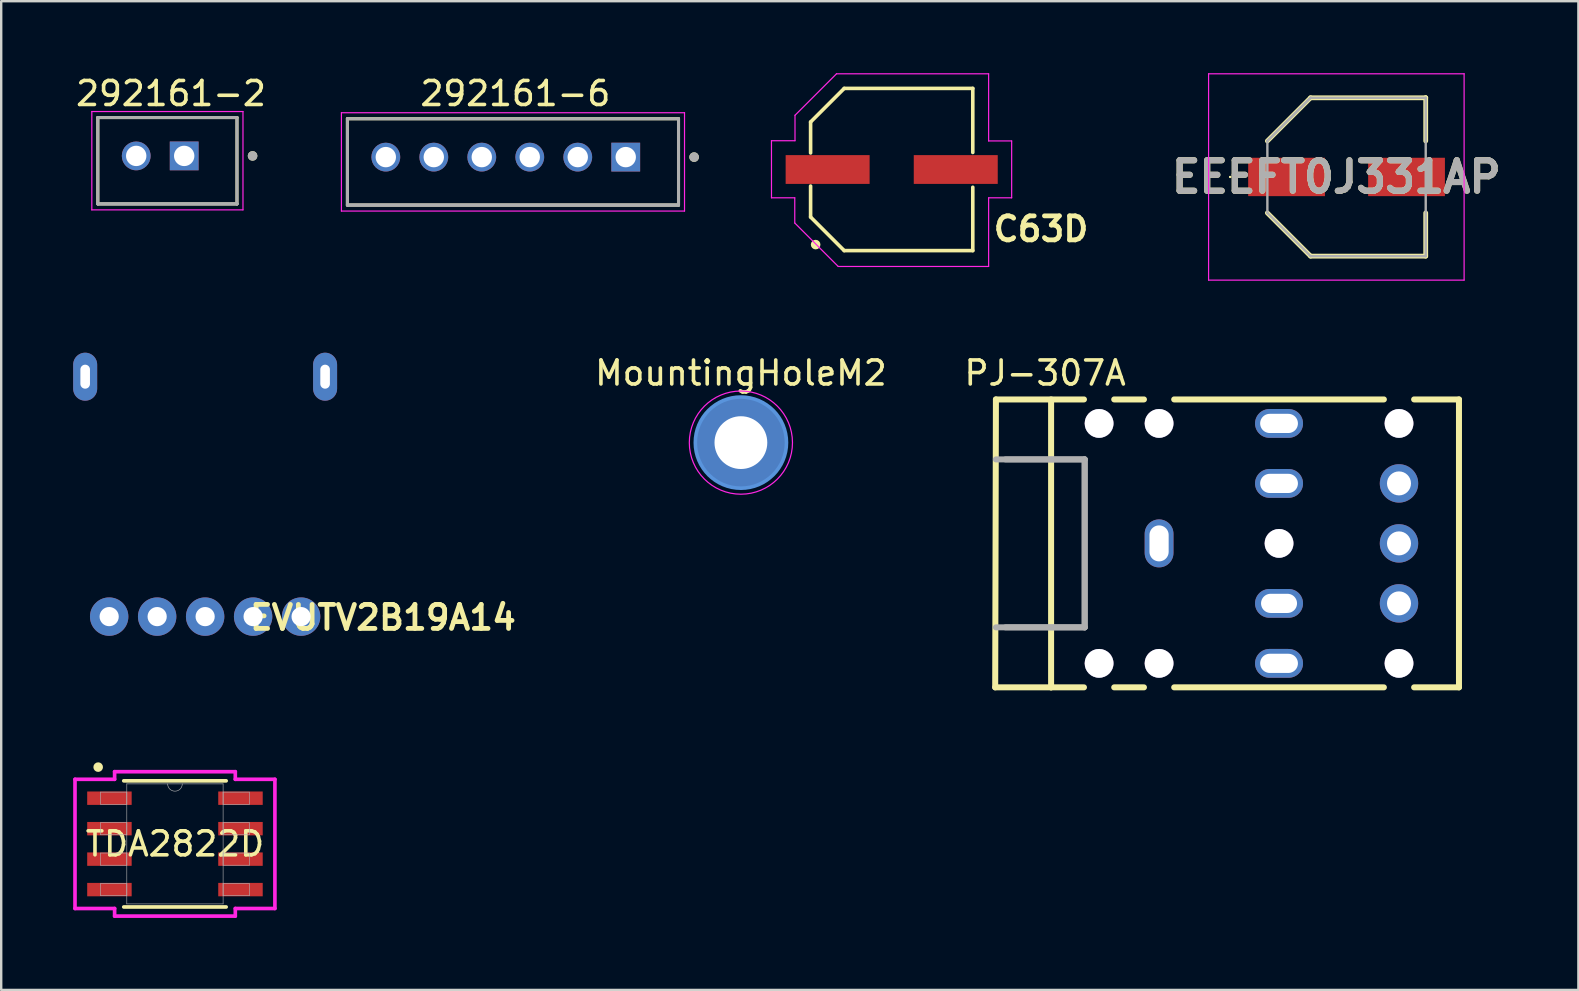
<source format=kicad_pcb>
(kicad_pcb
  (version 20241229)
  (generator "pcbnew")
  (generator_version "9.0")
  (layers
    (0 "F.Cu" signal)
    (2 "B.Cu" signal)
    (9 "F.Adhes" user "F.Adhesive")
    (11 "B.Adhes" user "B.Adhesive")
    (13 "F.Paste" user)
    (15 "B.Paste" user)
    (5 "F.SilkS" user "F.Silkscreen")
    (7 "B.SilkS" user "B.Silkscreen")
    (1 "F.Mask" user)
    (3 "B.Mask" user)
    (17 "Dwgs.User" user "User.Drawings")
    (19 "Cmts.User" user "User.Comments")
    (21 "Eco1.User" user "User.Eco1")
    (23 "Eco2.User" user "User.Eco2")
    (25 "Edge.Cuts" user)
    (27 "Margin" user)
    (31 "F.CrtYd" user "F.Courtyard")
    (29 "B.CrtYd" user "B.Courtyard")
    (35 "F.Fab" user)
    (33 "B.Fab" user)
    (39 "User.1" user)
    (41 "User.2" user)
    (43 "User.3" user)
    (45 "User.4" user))
  (footprint "292161-6"
    (layer "F.Cu")
    (at 23.03 3.498)
    (property "Reference" "292161-6" (at -4.6 -2.65 0) (layer "F.SilkS") (effects (font (size 1 1) (thickness 0.15))))
    (attr through_hole)
    (fp_line (start -11.6 2) (end -11.6 -1.6) (stroke (width 0.127) (type solid)) (layer "F.SilkS"))
    (fp_line (start 2.2 -1.6) (end -11.6 -1.6) (stroke (width 0.127) (type solid)) (layer "F.SilkS"))
    (fp_line (start 2.2 -1.6) (end 2.2 2) (stroke (width 0.127) (type solid)) (layer "F.SilkS"))
    (fp_line (start 2.2 2) (end -11.6 2) (stroke (width 0.127) (type solid)) (layer "F.SilkS"))
    (fp_circle (center 2.85 0) (end 2.95 0) (stroke (width 0.2) (type solid)) (fill no) (layer "F.SilkS"))
    (fp_line (start -11.85 -1.85) (end 2.45 -1.85) (stroke (width 0.05) (type solid)) (layer "F.CrtYd"))
    (fp_line (start -11.85 2.25) (end -11.85 -1.85) (stroke (width 0.05) (type solid)) (layer "F.CrtYd"))
    (fp_line (start 2.45 -1.85) (end 2.45 2.25) (stroke (width 0.05) (type solid)) (layer "F.CrtYd"))
    (fp_line (start 2.45 2.25) (end -11.85 2.25) (stroke (width 0.05) (type solid)) (layer "F.CrtYd"))
    (fp_line (start -11.6 -1.6) (end 2.2 -1.6) (stroke (width 0.127) (type solid)) (layer "F.Fab"))
    (fp_line (start -11.6 2) (end -11.6 -1.6) (stroke (width 0.127) (type solid)) (layer "F.Fab"))
    (fp_line (start -11.6 2) (end -11.6 2) (stroke (width 0.127) (type solid)) (layer "F.Fab"))
    (fp_line (start -11.6 2) (end 2.2 2) (stroke (width 0.127) (type solid)) (layer "F.Fab"))
    (fp_line (start 2.2 -1.6) (end 2.2 2) (stroke (width 0.127) (type solid)) (layer "F.Fab"))
    (fp_line (start 2.2 2) (end -11.6 2) (stroke (width 0.127) (type solid)) (layer "F.Fab"))
    (fp_line (start 2.2 2) (end 2.2 2) (stroke (width 0.127) (type solid)) (layer "F.Fab"))
    (fp_circle (center 2.85 0) (end 2.95 0) (stroke (width 0.2) (type solid)) (fill no) (layer "F.Fab"))
    (pad "1" thru_hole circle (at -10 0) (size 1.2 1.2) (drill 0.85) (layers "*.Cu" "*.Mask"))
    (pad "2" thru_hole circle (at -8 0) (size 1.2 1.2) (drill 0.85) (layers "*.Cu" "*.Mask"))
    (pad "3" thru_hole circle (at -6 0) (size 1.2 1.2) (drill 0.85) (layers "*.Cu" "*.Mask"))
    (pad "4" thru_hole circle (at -4 0) (size 1.2 1.2) (drill 0.85) (layers "*.Cu" "*.Mask"))
    (pad "5" thru_hole circle (at -2 0) (size 1.2 1.2) (drill 0.85) (layers "*.Cu" "*.Mask"))
    (pad "6" thru_hole rect (at 0 0) (size 1.2 1.2) (drill 0.85) (layers "*.Cu" "*.Mask")))
  (footprint "MountingHoleM2"
    (layer "F.Cu")
    (at 27.83 15.398)
    (property "Reference" "MountingHoleM2" (at 0 -2.9 0) (layer "F.SilkS") (effects (font (size 1 1) (thickness 0.15))))
    (attr board_only exclude_from_pos_files exclude_from_bom)
    (fp_circle (center 0 0) (end 1.9 0) (stroke (width 0.15) (type solid)) (fill no) (layer "Cmts.User"))
    (fp_circle (center 0 0) (end 2.15 0) (stroke (width 0.05) (type solid)) (fill no) (layer "F.CrtYd"))
    (pad "1" thru_hole circle (at 0 0) (size 2.6 2.6) (drill 2.2) (layers "*.Cu" "*.Mask"))
    (pad "1" connect circle (at 0 0) (size 3.8 3.8) (layers "F.Cu" "F.Mask"))
    (pad "1" connect circle (at 0 0) (size 3.8 3.8) (layers "B.Cu" "B.Mask")))
  (footprint "PJ-307A"
    (layer "F.Cu")
    (at 50.259 19.598)
    (property "Reference" "PJ-307A" (at -9.75 -7.1 0) (layer "F.SilkS") (effects (font (size 1 1) (thickness 0.15))))
    (attr through_hole)
    (fp_line (start -11.83 6) (end -11.8 -6) (stroke (width 0.25) (type solid)) (layer "F.SilkS"))
    (fp_line (start -9.5 6) (end -11.83 6) (stroke (width 0.25) (type solid)) (layer "F.SilkS"))
    (fp_line (start -9.5 6) (end -9.5 -6) (stroke (width 0.25) (type solid)) (layer "F.SilkS"))
    (fp_line (start -9.5 6) (end -8.13 6) (stroke (width 0.25) (type solid)) (layer "F.SilkS"))
    (fp_line (start -8.13 -6) (end -11.8 -6) (stroke (width 0.25) (type solid)) (layer "F.SilkS"))
    (fp_line (start -6.87 6) (end -5.63 6) (stroke (width 0.25) (type solid)) (layer "F.SilkS"))
    (fp_line (start -5.63 -6) (end -6.87 -6) (stroke (width 0.25) (type solid)) (layer "F.SilkS"))
    (fp_line (start -4.37 6) (end 4.37 6) (stroke (width 0.25) (type solid)) (layer "F.SilkS"))
    (fp_line (start 4.37 -6) (end -4.37 -6) (stroke (width 0.25) (type solid)) (layer "F.SilkS"))
    (fp_line (start 5.63 6) (end 7.5 6) (stroke (width 0.25) (type solid)) (layer "F.SilkS"))
    (fp_line (start 7.5 -6) (end 5.63 -6) (stroke (width 0.25) (type solid)) (layer "F.SilkS"))
    (fp_line (start 7.5 6) (end 7.5 -6) (stroke (width 0.25) (type solid)) (layer "F.SilkS"))
    (fp_line (start -11.8 -3.5) (end -8.1 -3.5) (stroke (width 0.25) (type solid)) (layer "F.Fab"))
    (fp_line (start -11.8 3.5) (end -8.1 3.5) (stroke (width 0.25) (type solid)) (layer "F.Fab"))
    (fp_line (start -11.4 -3.5) (end -8.1 -3.5) (stroke (width 0.25) (type solid)) (layer "F.Fab"))
    (fp_line (start -11.4 3.5) (end -8.1 3.5) (stroke (width 0.25) (type solid)) (layer "F.Fab"))
    (fp_line (start -8.1 3.5) (end -8.1 -3.5) (stroke (width 0.25) (type solid)) (layer "F.Fab"))
    (fp_line (start -8.1 3.5) (end -8.1 -3.5) (stroke (width 0.25) (type solid)) (layer "F.Fab"))
    (pad "" thru_hole circle (at -7.5 -5) (size 1.2 1.2) (drill 1.2) (layers "*.Cu" "*.Mask"))
    (pad "" thru_hole circle (at -7.5 5) (size 1.2 1.2) (drill 1.2) (layers "*.Cu" "*.Mask"))
    (pad "" thru_hole circle (at -5 -5) (size 1.2 1.2) (drill 1.2) (layers "*.Cu" "*.Mask"))
    (pad "" thru_hole circle (at -5 5) (size 1.2 1.2) (drill 1.2) (layers "*.Cu" "*.Mask"))
    (pad "" thru_hole circle (at 0 0) (size 1.2 1.2) (drill 1.2) (layers "*.Cu" "*.Mask"))
    (pad "" thru_hole circle (at 5 -5) (size 1.2 1.2) (drill 1.2) (layers "*.Cu" "*.Mask"))
    (pad "" thru_hole circle (at 5 5) (size 1.2 1.2) (drill 1.2) (layers "*.Cu" "*.Mask"))
    (pad "1" thru_hole oval (at -5 0 90) (size 2 1.2) (drill oval 1.5 0.8) (layers "*.Cu" "*.Mask"))
    (pad "2" thru_hole oval (at 0 5) (size 2 1.2) (drill oval 1.575 0.8) (layers "*.Cu" "*.Mask"))
    (pad "3" thru_hole oval (at 0 -5) (size 2 1.2) (drill oval 1.575 0.8) (layers "*.Cu" "*.Mask"))
    (pad "4" thru_hole circle (at 5 -2.5) (size 1.6 1.6) (drill 1) (layers "*.Cu" "*.Mask"))
    (pad "5" thru_hole circle (at 5 0) (size 1.6 1.6) (drill 1) (layers "*.Cu" "*.Mask"))
    (pad "6" thru_hole circle (at 5 2.5) (size 1.6 1.6) (drill 1) (layers "*.Cu" "*.Mask"))
    (pad "10" thru_hole oval (at 0 2.5) (size 2 1.2) (drill oval 1.5 0.8) (layers "*.Cu" "*.Mask"))
    (pad "11" thru_hole oval (at 0 -2.5) (size 2 1.2) (drill oval 1.575 0.8) (layers "*.Cu" "*.Mask")))
  (footprint "292161-2"
    (layer "F.Cu")
    (at 4.627 3.448)
    (property "Reference" "292161-2" (at -0.55 -2.6 0) (layer "F.SilkS") (effects (font (size 1 1) (thickness 0.15))))
    (attr through_hole)
    (fp_line (start -3.6 2) (end -3.6 -1.6) (stroke (width 0.127) (type solid)) (layer "F.SilkS"))
    (fp_line (start 2.2 -1.6) (end -3.6 -1.6) (stroke (width 0.127) (type solid)) (layer "F.SilkS"))
    (fp_line (start 2.2 -1.6) (end 2.2 2) (stroke (width 0.127) (type solid)) (layer "F.SilkS"))
    (fp_line (start 2.2 2) (end -3.6 2) (stroke (width 0.127) (type solid)) (layer "F.SilkS"))
    (fp_circle (center 2.85 0) (end 2.95 0) (stroke (width 0.2) (type solid)) (fill no) (layer "F.SilkS"))
    (fp_line (start -3.85 -1.85) (end 2.45 -1.85) (stroke (width 0.05) (type solid)) (layer "F.CrtYd"))
    (fp_line (start -3.85 2.25) (end -3.85 -1.85) (stroke (width 0.05) (type solid)) (layer "F.CrtYd"))
    (fp_line (start 2.45 -1.85) (end 2.45 2.25) (stroke (width 0.05) (type solid)) (layer "F.CrtYd"))
    (fp_line (start 2.45 2.25) (end -3.85 2.25) (stroke (width 0.05) (type solid)) (layer "F.CrtYd"))
    (fp_line (start -3.6 -1.6) (end 2.2 -1.6) (stroke (width 0.127) (type solid)) (layer "F.Fab"))
    (fp_line (start -3.6 2) (end -3.6 -1.6) (stroke (width 0.127) (type solid)) (layer "F.Fab"))
    (fp_line (start -3.6 2) (end -3.6 2) (stroke (width 0.127) (type solid)) (layer "F.Fab"))
    (fp_line (start -3.6 2) (end 2.2 2) (stroke (width 0.127) (type solid)) (layer "F.Fab"))
    (fp_line (start 2.2 -1.6) (end 2.2 2) (stroke (width 0.127) (type solid)) (layer "F.Fab"))
    (fp_line (start 2.2 2) (end -3.6 2) (stroke (width 0.127) (type solid)) (layer "F.Fab"))
    (fp_line (start 2.2 2) (end 2.2 2) (stroke (width 0.127) (type solid)) (layer "F.Fab"))
    (fp_circle (center 2.85 0) (end 2.95 0) (stroke (width 0.2) (type solid)) (fill no) (layer "F.Fab"))
    (pad "1" thru_hole rect (at 0 0) (size 1.2 1.2) (drill 0.85) (layers "*.Cu" "*.Mask"))
    (pad "2" thru_hole circle (at -2 0) (size 1.2 1.2) (drill 0.85) (layers "*.Cu" "*.Mask")))
  (footprint "EVUTV2B19A14"
    (layer "F.Cu")
    (at 5.5 12.65)
    (property "Reference" "EVUTV2B19A14" (at 7.41 10.04 0) (unlocked yes) (layer "F.SilkS") (effects (font (size 1 1) (thickness 0.2) (bold yes))))
    (attr smd)
    (pad "" thru_hole oval (at -5 0) (size 1 2) (drill oval 0.4 1) (layers "*.Cu" "*.Mask"))
    (pad "" thru_hole oval (at 5 0) (size 1 2) (drill oval 0.4 1) (layers "*.Cu" "*.Mask"))
    (pad "1" thru_hole circle (at -4 10) (size 1.6 1.6) (drill 0.8) (layers "*.Cu" "*.Mask"))
    (pad "2" thru_hole circle (at -2 10) (size 1.6 1.6) (drill 0.8) (layers "*.Cu" "*.Mask"))
    (pad "3" thru_hole circle (at 0 10) (size 1.6 1.6) (drill 0.8) (layers "*.Cu" "*.Mask"))
    (pad "4" thru_hole circle (at 2 10) (size 1.6 1.6) (drill 0.8) (layers "*.Cu" "*.Mask"))
    (pad "5" thru_hole circle (at 4 10) (size 1.6 1.6) (drill 0.8) (layers "*.Cu" "*.Mask")))
  (footprint "EEEFT0J331AP"
    (layer "F.Cu")
    (at 53.073 4.325)
    (property "Reference" "EEEFT0J331AP" (at -0.425 0 0) (layer "F.SilkS") (effects (font (size 1.27 1.27) (thickness 0.254))))
    (attr smd)
    (fp_line (start -4.875 0) (end -4.875 0) (stroke (width 0.05) (type solid)) (layer "F.SilkS"))
    (fp_line (start -4.825 0) (end -4.825 0) (stroke (width 0.05) (type solid)) (layer "F.SilkS"))
    (fp_line (start -3.3 -1.5) (end -1.5 -3.3) (stroke (width 0.2) (type solid)) (layer "F.SilkS"))
    (fp_line (start -3.3 1.5) (end -1.5 3.3) (stroke (width 0.2) (type solid)) (layer "F.SilkS"))
    (fp_line (start -1.5 -3.3) (end 3.3 -3.3) (stroke (width 0.2) (type solid)) (layer "F.SilkS"))
    (fp_line (start -1.5 3.3) (end 3.3 3.3) (stroke (width 0.2) (type solid)) (layer "F.SilkS"))
    (fp_line (start 3.3 -3.3) (end 3.3 -3.3) (stroke (width 0.2) (type solid)) (layer "F.SilkS"))
    (fp_line (start 3.3 -3.3) (end 3.3 -1.5) (stroke (width 0.2) (type solid)) (layer "F.SilkS"))
    (fp_line (start 3.3 3.3) (end 3.3 1.5) (stroke (width 0.2) (type solid)) (layer "F.SilkS"))
    (fp_arc (start -4.875 0) (mid -4.85 -0.025) (end -4.825 0) (stroke (width 0.05) (type solid)) (layer "F.SilkS"))
    (fp_arc (start -4.825 0) (mid -4.85 0.025) (end -4.875 0) (stroke (width 0.05) (type solid)) (layer "F.SilkS"))
    (fp_line (start -5.75 -4.3) (end 4.9 -4.3) (stroke (width 0.05) (type solid)) (layer "F.CrtYd"))
    (fp_line (start -5.75 4.3) (end -5.75 -4.3) (stroke (width 0.05) (type solid)) (layer "F.CrtYd"))
    (fp_line (start 4.9 -4.3) (end 4.9 4.3) (stroke (width 0.05) (type solid)) (layer "F.CrtYd"))
    (fp_line (start 4.9 4.3) (end -5.75 4.3) (stroke (width 0.05) (type solid)) (layer "F.CrtYd"))
    (fp_line (start -3.3 -1.5) (end -1.5 -3.3) (stroke (width 0.1) (type solid)) (layer "F.Fab"))
    (fp_line (start -3.3 -1.5) (end -1.5 -3.3) (stroke (width 0.1) (type solid)) (layer "F.Fab"))
    (fp_line (start -3.3 1.5) (end -3.3 -1.5) (stroke (width 0.1) (type solid)) (layer "F.Fab"))
    (fp_line (start -1.5 -3.3) (end 3.3 -3.3) (stroke (width 0.1) (type solid)) (layer "F.Fab"))
    (fp_line (start -1.5 3.3) (end -3.3 1.5) (stroke (width 0.1) (type solid)) (layer "F.Fab"))
    (fp_line (start 3.3 -3.3) (end 3.3 3.3) (stroke (width 0.1) (type solid)) (layer "F.Fab"))
    (fp_line (start 3.3 3.3) (end -1.5 3.3) (stroke (width 0.1) (type solid)) (layer "F.Fab"))
    (fp_text user "${REFERENCE}" (at -0.425 0 0) (layer "F.Fab") (effects (font (size 1.27 1.27) (thickness 0.254))))
    (pad "1" smd rect (at -2.5 0 90) (size 1.6 3.2) (layers "F.Cu" "F.Mask" "F.Paste"))
    (pad "2" smd rect (at 2.5 0 90) (size 1.6 3.2) (layers "F.Cu" "F.Mask" "F.Paste")))
  (footprint "C63D"
    (layer "F.Cu")
    (at 34.115 4.015)
    (property "Reference" "C63D" (at 4.14 2.48 0) (layer "F.SilkS") (effects (font (size 1 1) (thickness 0.2) (bold yes)) (justify left)))
    (attr smd)
    (fp_line (start -3.38 -1.98) (end -3.38 -0.69) (stroke (width 0.15) (type solid)) (layer "F.SilkS"))
    (fp_line (start -3.38 1.98) (end -3.38 0.69) (stroke (width 0.15) (type solid)) (layer "F.SilkS"))
    (fp_line (start -1.98 -3.38) (end -3.38 -1.98) (stroke (width 0.15) (type solid)) (layer "F.SilkS"))
    (fp_line (start -1.98 3.38) (end -3.38 1.98) (stroke (width 0.15) (type solid)) (layer "F.SilkS"))
    (fp_line (start 3.38 -3.38) (end -1.98 -3.38) (stroke (width 0.15) (type solid)) (layer "F.SilkS"))
    (fp_line (start 3.38 -0.71) (end 3.38 -3.38) (stroke (width 0.15) (type solid)) (layer "F.SilkS"))
    (fp_line (start 3.38 0.74) (end 3.38 3.38) (stroke (width 0.15) (type solid)) (layer "F.SilkS"))
    (fp_line (start 3.38 3.38) (end -1.98 3.38) (stroke (width 0.15) (type solid)) (layer "F.SilkS"))
    (fp_circle (center -3.17 3.13) (end -3.07 3.13) (stroke (width 0.2) (type solid)) (fill no) (layer "F.SilkS"))
    (fp_line (start -5.011 -1.2) (end -4.03 -1.2) (stroke (width 0.05) (type default)) (layer "F.CrtYd"))
    (fp_line (start -5.01 1.18) (end -5.011 -1.2) (stroke (width 0.05) (type default)) (layer "F.CrtYd"))
    (fp_line (start -4.04 1.18) (end -5.01 1.18) (stroke (width 0.05) (type default)) (layer "F.CrtYd"))
    (fp_line (start -4.04 2.23) (end -4.04 1.18) (stroke (width 0.05) (type default)) (layer "F.CrtYd"))
    (fp_line (start -4.03 -1.2) (end -4.03 -2.26) (stroke (width 0.05) (type default)) (layer "F.CrtYd"))
    (fp_line (start -2.3 -3.99) (end -4.03 -2.26) (stroke (width 0.05) (type default)) (layer "F.CrtYd"))
    (fp_line (start -2.3 -3.99) (end 4.04 -3.99) (stroke (width 0.05) (type default)) (layer "F.CrtYd"))
    (fp_line (start -2.23 4.04) (end -4.04 2.23) (stroke (width 0.05) (type default)) (layer "F.CrtYd"))
    (fp_line (start 4.04 -3.99) (end 4.04 -1.19) (stroke (width 0.05) (type default)) (layer "F.CrtYd"))
    (fp_line (start 4.04 -1.19) (end 5 -1.19) (stroke (width 0.05) (type default)) (layer "F.CrtYd"))
    (fp_line (start 4.04 1.18) (end 4.04 4.04) (stroke (width 0.05) (type default)) (layer "F.CrtYd"))
    (fp_line (start 4.04 4.04) (end -2.23 4.04) (stroke (width 0.05) (type default)) (layer "F.CrtYd"))
    (fp_line (start 5 -1.19) (end 5 1.18) (stroke (width 0.05) (type default)) (layer "F.CrtYd"))
    (fp_line (start 5 1.18) (end 4.04 1.18) (stroke (width 0.05) (type default)) (layer "F.CrtYd"))
    (pad "1" smd rect (at -2.67 0) (size 3.5 1.2) (layers "F.Cu" "F.Mask" "F.Paste"))
    (pad "2" smd rect (at 2.67 0) (size 3.5 1.2) (layers "F.Cu" "F.Mask" "F.Paste")))
  (footprint "TDA2822D"
    (layer "F.Cu")
    (at 4.242 32.123)
    (property "Reference" "TDA2822D" (at 0 0 0) (unlocked yes) (layer "F.SilkS") (effects (font (size 1 1) (thickness 0.15))))
    (attr smd)
    (fp_line (start -2.134 2.629) (end 2.134 2.629) (stroke (width 0.152) (type solid)) (layer "F.SilkS"))
    (fp_line (start 2.134 -2.629) (end -2.134 -2.629) (stroke (width 0.152) (type solid)) (layer "F.SilkS"))
    (fp_circle (center -3.2 -3.2) (end -3.1 -3.2) (stroke (width 0.2) (type solid)) (fill no) (layer "F.SilkS"))
    (fp_line (start -4.166 -2.692) (end -2.515 -2.692) (stroke (width 0.152) (type solid)) (layer "F.CrtYd"))
    (fp_line (start -4.166 2.692) (end -4.166 -2.692) (stroke (width 0.152) (type solid)) (layer "F.CrtYd"))
    (fp_line (start -4.166 2.692) (end -2.515 2.692) (stroke (width 0.152) (type solid)) (layer "F.CrtYd"))
    (fp_line (start -2.515 -3.01) (end 2.515 -3.01) (stroke (width 0.152) (type solid)) (layer "F.CrtYd"))
    (fp_line (start -2.515 -2.692) (end -2.515 -3.01) (stroke (width 0.152) (type solid)) (layer "F.CrtYd"))
    (fp_line (start -2.515 3.01) (end -2.515 2.692) (stroke (width 0.152) (type solid)) (layer "F.CrtYd"))
    (fp_line (start 2.515 -3.01) (end 2.515 -2.692) (stroke (width 0.152) (type solid)) (layer "F.CrtYd"))
    (fp_line (start 2.515 2.692) (end 2.515 3.01) (stroke (width 0.152) (type solid)) (layer "F.CrtYd"))
    (fp_line (start 2.515 3.01) (end -2.515 3.01) (stroke (width 0.152) (type solid)) (layer "F.CrtYd"))
    (fp_line (start 4.166 -2.692) (end 2.515 -2.692) (stroke (width 0.152) (type solid)) (layer "F.CrtYd"))
    (fp_line (start 4.166 -2.692) (end 4.166 2.692) (stroke (width 0.152) (type solid)) (layer "F.CrtYd"))
    (fp_line (start 4.166 2.692) (end 2.515 2.692) (stroke (width 0.152) (type solid)) (layer "F.CrtYd"))
    (fp_line (start -3.099 -2.159) (end -3.099 -1.651) (stroke (width 0.025) (type solid)) (layer "F.Fab"))
    (fp_line (start -3.099 -1.651) (end -2.007 -1.651) (stroke (width 0.025) (type solid)) (layer "F.Fab"))
    (fp_line (start -3.099 -0.889) (end -3.099 -0.381) (stroke (width 0.025) (type solid)) (layer "F.Fab"))
    (fp_line (start -3.099 -0.381) (end -2.007 -0.381) (stroke (width 0.025) (type solid)) (layer "F.Fab"))
    (fp_line (start -3.099 0.381) (end -3.099 0.889) (stroke (width 0.025) (type solid)) (layer "F.Fab"))
    (fp_line (start -3.099 0.889) (end -2.007 0.889) (stroke (width 0.025) (type solid)) (layer "F.Fab"))
    (fp_line (start -3.099 1.651) (end -3.099 2.159) (stroke (width 0.025) (type solid)) (layer "F.Fab"))
    (fp_line (start -3.099 2.159) (end -2.007 2.159) (stroke (width 0.025) (type solid)) (layer "F.Fab"))
    (fp_line (start -2.007 -2.502) (end -2.007 2.502) (stroke (width 0.025) (type solid)) (layer "F.Fab"))
    (fp_line (start -2.007 -2.159) (end -3.099 -2.159) (stroke (width 0.025) (type solid)) (layer "F.Fab"))
    (fp_line (start -2.007 -1.651) (end -2.007 -2.159) (stroke (width 0.025) (type solid)) (layer "F.Fab"))
    (fp_line (start -2.007 -0.889) (end -3.099 -0.889) (stroke (width 0.025) (type solid)) (layer "F.Fab"))
    (fp_line (start -2.007 -0.381) (end -2.007 -0.889) (stroke (width 0.025) (type solid)) (layer "F.Fab"))
    (fp_line (start -2.007 0.381) (end -3.099 0.381) (stroke (width 0.025) (type solid)) (layer "F.Fab"))
    (fp_line (start -2.007 0.889) (end -2.007 0.381) (stroke (width 0.025) (type solid)) (layer "F.Fab"))
    (fp_line (start -2.007 1.651) (end -3.099 1.651) (stroke (width 0.025) (type solid)) (layer "F.Fab"))
    (fp_line (start -2.007 2.159) (end -2.007 1.651) (stroke (width 0.025) (type solid)) (layer "F.Fab"))
    (fp_line (start -2.007 2.502) (end 2.007 2.502) (stroke (width 0.025) (type solid)) (layer "F.Fab"))
    (fp_line (start 2.007 -2.502) (end -2.007 -2.502) (stroke (width 0.025) (type solid)) (layer "F.Fab"))
    (fp_line (start 2.007 -2.159) (end 2.007 -1.651) (stroke (width 0.025) (type solid)) (layer "F.Fab"))
    (fp_line (start 2.007 -1.651) (end 3.099 -1.651) (stroke (width 0.025) (type solid)) (layer "F.Fab"))
    (fp_line (start 2.007 -0.889) (end 2.007 -0.381) (stroke (width 0.025) (type solid)) (layer "F.Fab"))
    (fp_line (start 2.007 -0.381) (end 3.099 -0.381) (stroke (width 0.025) (type solid)) (layer "F.Fab"))
    (fp_line (start 2.007 0.381) (end 2.007 0.889) (stroke (width 0.025) (type solid)) (layer "F.Fab"))
    (fp_line (start 2.007 0.889) (end 3.099 0.889) (stroke (width 0.025) (type solid)) (layer "F.Fab"))
    (fp_line (start 2.007 1.651) (end 2.007 2.159) (stroke (width 0.025) (type solid)) (layer "F.Fab"))
    (fp_line (start 2.007 2.159) (end 3.099 2.159) (stroke (width 0.025) (type solid)) (layer "F.Fab"))
    (fp_line (start 2.007 2.502) (end 2.007 -2.502) (stroke (width 0.025) (type solid)) (layer "F.Fab"))
    (fp_line (start 3.099 -2.159) (end 2.007 -2.159) (stroke (width 0.025) (type solid)) (layer "F.Fab"))
    (fp_line (start 3.099 -1.651) (end 3.099 -2.159) (stroke (width 0.025) (type solid)) (layer "F.Fab"))
    (fp_line (start 3.099 -0.889) (end 2.007 -0.889) (stroke (width 0.025) (type solid)) (layer "F.Fab"))
    (fp_line (start 3.099 -0.381) (end 3.099 -0.889) (stroke (width 0.025) (type solid)) (layer "F.Fab"))
    (fp_line (start 3.099 0.381) (end 2.007 0.381) (stroke (width 0.025) (type solid)) (layer "F.Fab"))
    (fp_line (start 3.099 0.889) (end 3.099 0.381) (stroke (width 0.025) (type solid)) (layer "F.Fab"))
    (fp_line (start 3.099 1.651) (end 2.007 1.651) (stroke (width 0.025) (type solid)) (layer "F.Fab"))
    (fp_line (start 3.099 2.159) (end 3.099 1.651) (stroke (width 0.025) (type solid)) (layer "F.Fab"))
    (fp_arc (start 0.3048 -2.5019) (mid 0 -2.1971) (end -0.3048 -2.5019) (stroke (width 0.0254) (type solid)) (layer "F.Fab"))
    (pad "1" smd rect (at -2.731 -1.905) (size 1.854 0.559) (layers "F.Cu" "F.Mask" "F.Paste"))
    (pad "2" smd rect (at -2.731 -0.635) (size 1.854 0.559) (layers "F.Cu" "F.Mask" "F.Paste"))
    (pad "3" smd rect (at -2.731 0.635) (size 1.854 0.559) (layers "F.Cu" "F.Mask" "F.Paste"))
    (pad "4" smd rect (at -2.731 1.905) (size 1.854 0.559) (layers "F.Cu" "F.Mask" "F.Paste"))
    (pad "5" smd rect (at 2.731 1.905) (size 1.854 0.559) (layers "F.Cu" "F.Mask" "F.Paste"))
    (pad "6" smd rect (at 2.731 0.635) (size 1.854 0.559) (layers "F.Cu" "F.Mask" "F.Paste"))
    (pad "7" smd rect (at 2.731 -0.635) (size 1.854 0.559) (layers "F.Cu" "F.Mask" "F.Paste"))
    (pad "8" smd rect (at 2.731 -1.905) (size 1.854 0.559) (layers "F.Cu" "F.Mask" "F.Paste")))
  (gr_rect
    (start -3 -3)
    (end 62.736 38.209)
    (stroke (width 0.1) (type default))
    (fill no)
    (layer "Edge.Cuts")))
</source>
